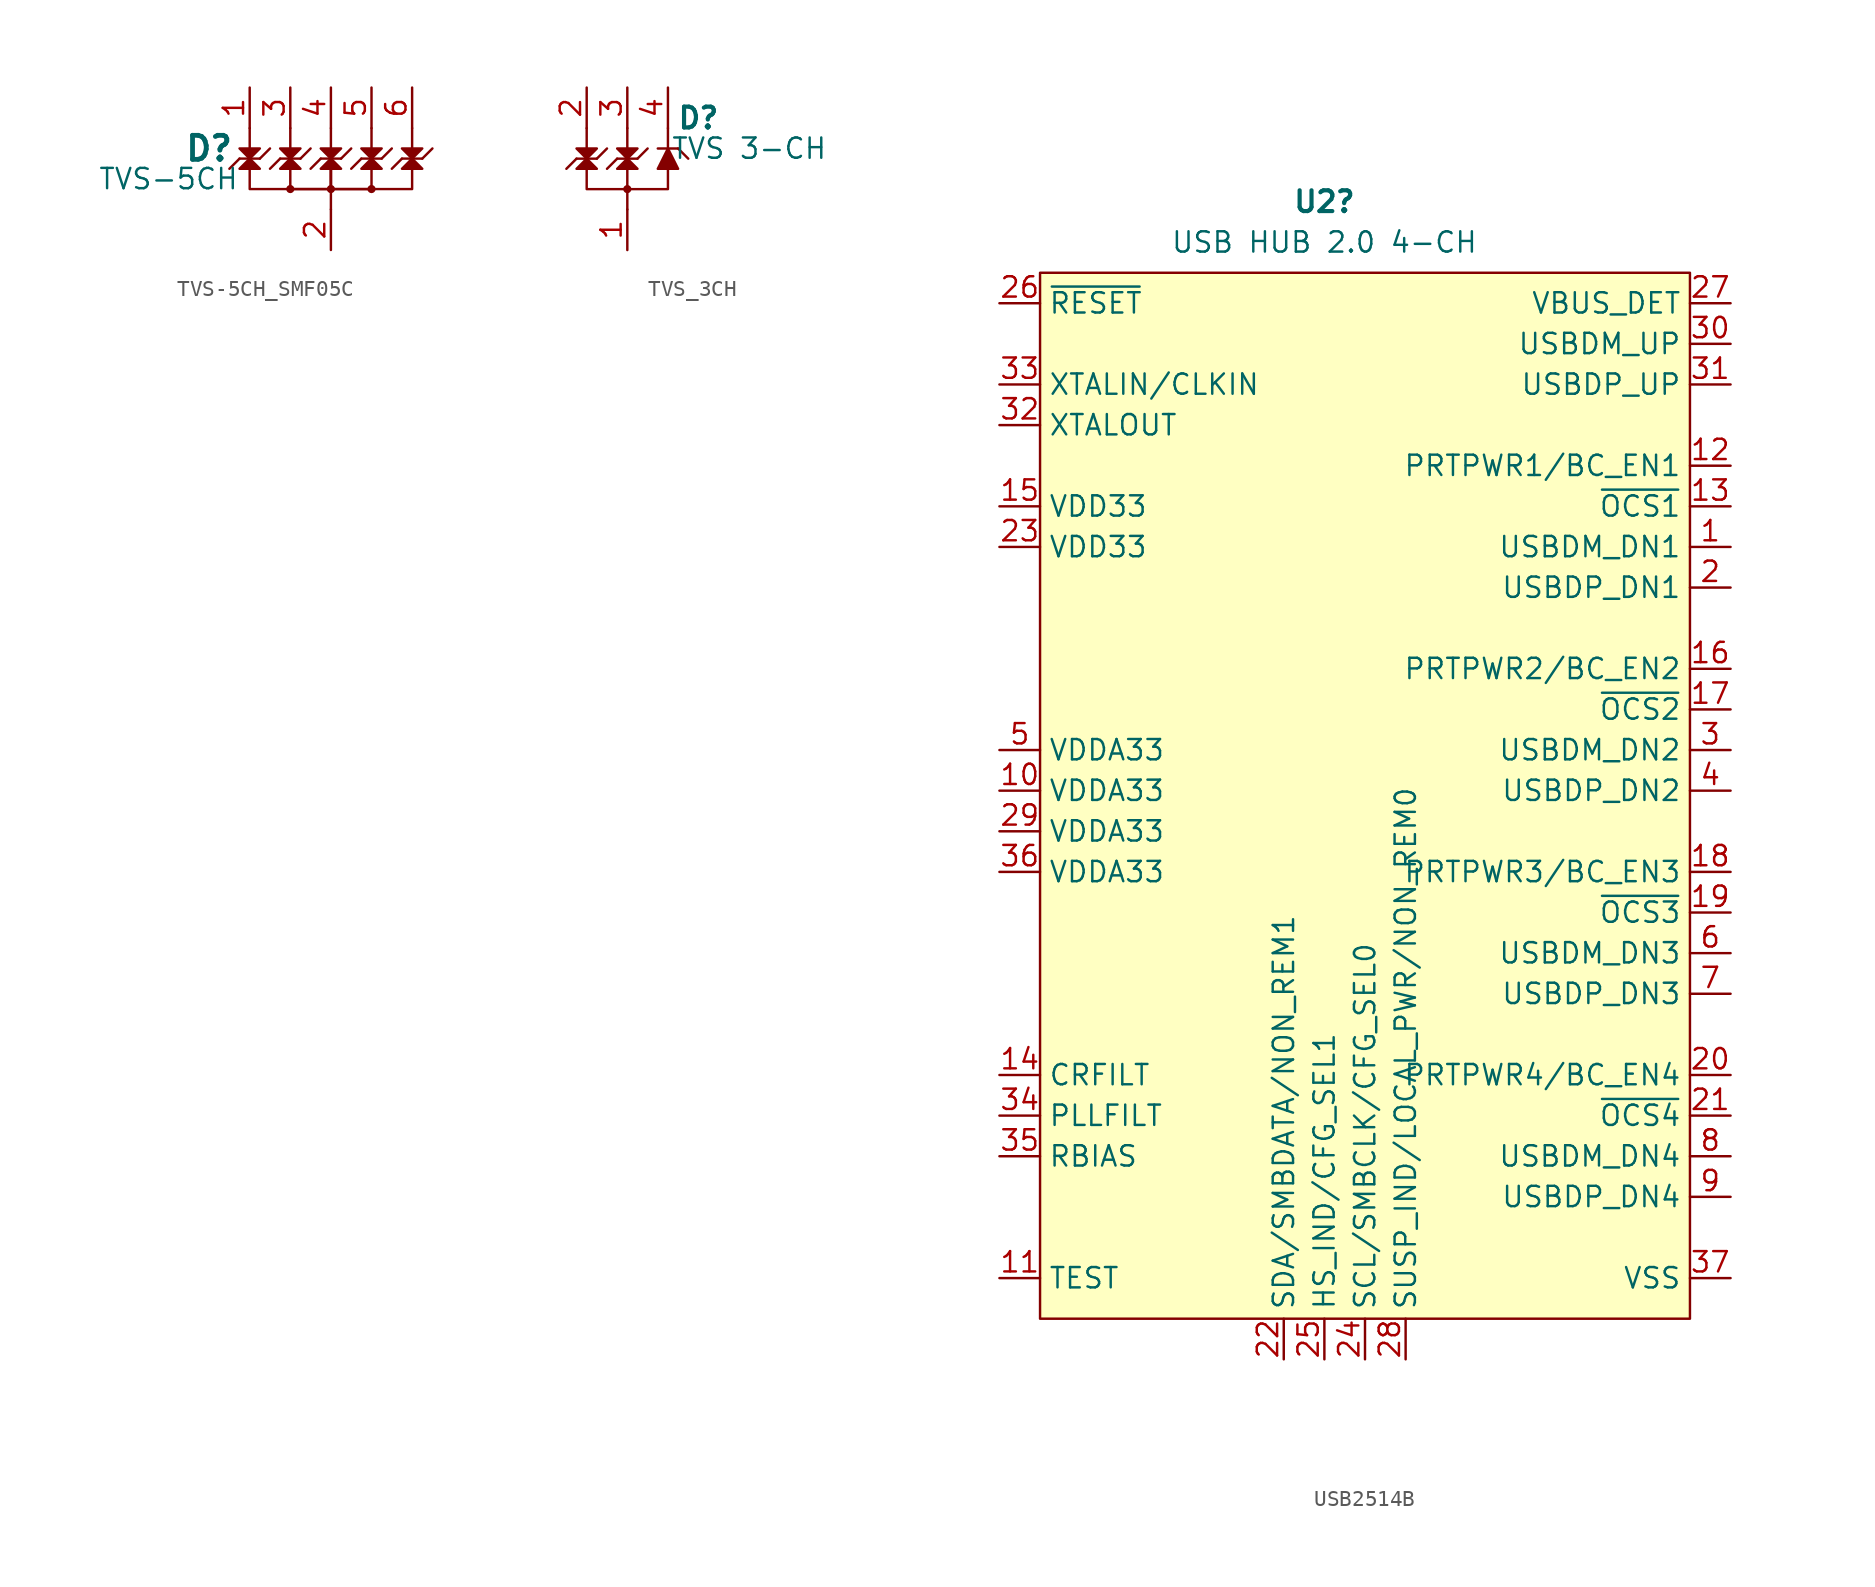
<source format=kicad_sym>
(kicad_symbol_lib
  (version 20231120)
  (generator "kicad_symbol_editor")
  (generator_version "8.0")
  (symbol "TVS-5CH_SMF05C"
    (pin_names hide)
    (property "Reference" "D"
      (at 0 0 0)
      (effects (font (size 1.5 1.5) (bold yes))))
    (property "Value" "TVS-5CH"
      (at -2.54 -1.905 0)
      (effects (font (size 1.27 1.27))))
    (symbol "TVS-5CH_SMF05C_0_1"
      (polyline (pts (xy 1.905 -0.635) (xy 1.27 -1.27)) (stroke (width 0) (type default)) (fill (type none)))
      (polyline (pts (xy 1.905 -0.635) (xy 3.175 -0.635)) (stroke (width 0) (type default)) (fill (type none)))
      (polyline (pts (xy 2.54 1.27) (xy 2.54 0)) (stroke (width 0) (type default)) (fill (type none)))
      (polyline (pts (xy 3.175 -0.635) (xy 3.81 0)) (stroke (width 0) (type default)) (fill (type none)))
      (polyline (pts (xy 4.445 -0.635) (xy 3.81 -1.27)) (stroke (width 0) (type default)) (fill (type none)))
      (polyline (pts (xy 4.445 -0.635) (xy 5.715 -0.635)) (stroke (width 0) (type default)) (fill (type none)))
      (polyline (pts (xy 5.08 1.27) (xy 5.08 0)) (stroke (width 0) (type default)) (fill (type none)))
      (polyline (pts (xy 5.715 -0.635) (xy 6.35 0)) (stroke (width 0) (type default)) (fill (type none)))
      (polyline (pts (xy 6.985 -0.635) (xy 6.35 -1.27)) (stroke (width 0) (type default)) (fill (type none)))
      (polyline (pts (xy 6.985 -0.635) (xy 8.255 -0.635)) (stroke (width 0) (type default)) (fill (type none)))
      (polyline (pts (xy 7.62 -1.27) (xy 7.62 -3.81)) (stroke (width 0) (type default)) (fill (type none)))
      (polyline (pts (xy 7.62 1.27) (xy 7.62 0)) (stroke (width 0) (type default)) (fill (type none)))
      (polyline (pts (xy 8.255 -0.635) (xy 8.89 0)) (stroke (width 0) (type default)) (fill (type none)))
      (polyline (pts (xy 9.525 -0.635) (xy 8.89 -1.27)) (stroke (width 0) (type default)) (fill (type none)))
      (polyline (pts (xy 9.525 -0.635) (xy 10.795 -0.635)) (stroke (width 0) (type default)) (fill (type none)))
      (polyline (pts (xy 10.16 0) (xy 10.16 1.27)) (stroke (width 0) (type default)) (fill (type none)))
      (polyline (pts (xy 10.795 -0.635) (xy 11.43 0)) (stroke (width 0) (type default)) (fill (type none)))
      (polyline (pts (xy 12.065 -0.635) (xy 11.43 -1.27)) (stroke (width 0) (type default)) (fill (type none)))
      (polyline (pts (xy 12.065 -0.635) (xy 13.335 -0.635)) (stroke (width 0) (type default)) (fill (type none)))
      (polyline (pts (xy 12.7 0) (xy 12.7 1.27)) (stroke (width 0) (type default)) (fill (type none)))
      (polyline (pts (xy 13.335 -0.635) (xy 13.97 0)) (stroke (width 0) (type default)) (fill (type none)))
      (polyline (pts (xy 7.62 -1.27) (xy 7.62 -2.54) (xy 5.08 -2.54) (xy 2.54 -2.54) (xy 2.54 -1.27)) (stroke (width 0) (type default)) (fill (type none)))
      (polyline (pts (xy 10.16 -1.27) (xy 10.16 -2.54) (xy 7.62 -2.54) (xy 5.08 -2.54) (xy 5.08 -1.27)) (stroke (width 0) (type default)) (fill (type none)))
      (polyline (pts (xy 12.7 -1.27) (xy 12.7 -2.54) (xy 10.16 -2.54) (xy 7.62 -2.54) (xy 7.62 -1.27)) (stroke (width 0) (type default)) (fill (type none))))
    (symbol "TVS-5CH_SMF05C_1_1"
      (polyline (pts (xy 2.54 -0.635) (xy 1.905 -1.27) (xy 3.175 -1.27) (xy 2.54 -0.635)) (stroke (width 0) (type default)) (fill (type outline)))
      (polyline (pts (xy 2.54 -0.635) (xy 1.905 0) (xy 3.175 0) (xy 2.54 -0.635)) (stroke (width 0) (type default)) (fill (type outline)))
      (polyline (pts (xy 5.08 -0.635) (xy 4.445 -1.27) (xy 5.715 -1.27) (xy 5.08 -0.635)) (stroke (width 0) (type default)) (fill (type outline)))
      (polyline (pts (xy 5.08 -0.635) (xy 4.445 0) (xy 5.715 0) (xy 5.08 -0.635)) (stroke (width 0) (type default)) (fill (type outline)))
      (polyline (pts (xy 7.62 -0.635) (xy 6.985 -1.27) (xy 8.255 -1.27) (xy 7.62 -0.635)) (stroke (width 0) (type default)) (fill (type outline)))
      (polyline (pts (xy 7.62 -0.635) (xy 6.985 0) (xy 8.255 0) (xy 7.62 -0.635)) (stroke (width 0) (type default)) (fill (type outline)))
      (polyline (pts (xy 10.16 -0.635) (xy 9.525 -1.27) (xy 10.795 -1.27) (xy 10.16 -0.635)) (stroke (width 0) (type default)) (fill (type outline)))
      (polyline (pts (xy 10.16 -0.635) (xy 9.525 0) (xy 10.795 0) (xy 10.16 -0.635)) (stroke (width 0) (type default)) (fill (type outline)))
      (polyline (pts (xy 12.7 -0.635) (xy 12.065 -1.27) (xy 13.335 -1.27) (xy 12.7 -0.635)) (stroke (width 0) (type default)) (fill (type outline)))
      (polyline (pts (xy 12.7 -0.635) (xy 12.065 0) (xy 13.335 0) (xy 12.7 -0.635)) (stroke (width 0) (type default)) (fill (type outline)))
      (circle (center 5.08 -2.54) (radius 0.18) (stroke (width 0) (type default)) (fill (type outline)))
      (circle (center 7.62 -2.54) (radius 0.18) (stroke (width 0) (type default)) (fill (type outline)))
      (circle (center 10.16 -2.54) (radius 0.18) (stroke (width 0) (type default)) (fill (type outline)))
      (pin passive line (at 2.54 3.81 270) (length 2.54) (name "CH1" (effects (font (size 1.27 1.27)))) (number "1" (effects (font (size 1.27 1.27)))))
      (pin passive line (at 7.62 -6.35 90) (length 2.54) (name "GND" (effects (font (size 1.27 1.27)))) (number "2" (effects (font (size 1.27 1.27)))))
      (pin passive line (at 5.08 3.81 270) (length 2.54) (name "CH2" (effects (font (size 1.27 1.27)))) (number "3" (effects (font (size 1.27 1.27)))))
      (pin passive line (at 7.62 3.81 270) (length 2.54) (name "CH3" (effects (font (size 1.27 1.27)))) (number "4" (effects (font (size 1.27 1.27)))))
      (pin passive line (at 10.16 3.81 270) (length 2.54) (name "CH4" (effects (font (size 1.27 1.27)))) (number "5" (effects (font (size 1.27 1.27)))))
      (pin passive line (at 12.7 3.81 270) (length 2.54) (name "CH5" (effects (font (size 1.27 1.27)))) (number "6" (effects (font (size 1.27 1.27)))))))
  (symbol "TVS_3CH"
    (pin_names hide)
    (property "Reference" "D"
      (at 6.985 -10.795 0)
      (effects (font (size 1.3 1.3) (bold yes))))
    (property "Value" "TVS 3-CH"
      (at 10.16 -12.7 0)
      (effects (font (size 1.27 1.27))))
    (symbol "TVS_3CH_0_1"
      (polyline (pts (xy -0.635 -13.335) (xy -1.27 -13.97)) (stroke (width 0) (type default)) (fill (type none)))
      (polyline (pts (xy -0.635 -13.335) (xy 0.635 -13.335)) (stroke (width 0) (type default)) (fill (type none)))
      (polyline (pts (xy 0 -11.43) (xy 0 -12.7)) (stroke (width 0) (type default)) (fill (type none)))
      (polyline (pts (xy 0.635 -13.335) (xy 1.27 -12.7)) (stroke (width 0) (type default)) (fill (type none)))
      (polyline (pts (xy 1.905 -13.335) (xy 1.27 -13.97)) (stroke (width 0) (type default)) (fill (type none)))
      (polyline (pts (xy 1.905 -13.335) (xy 3.175 -13.335)) (stroke (width 0) (type default)) (fill (type none)))
      (polyline (pts (xy 2.54 -13.97) (xy 2.54 -16.51)) (stroke (width 0) (type default)) (fill (type none)))
      (polyline (pts (xy 2.54 -12.7) (xy 2.54 -11.43)) (stroke (width 0) (type default)) (fill (type none)))
      (polyline (pts (xy 3.175 -13.335) (xy 3.81 -12.7)) (stroke (width 0) (type default)) (fill (type none)))
      (polyline (pts (xy 4.445 -12.7) (xy 5.715 -12.7)) (stroke (width 0) (type default)) (fill (type none)))
      (polyline (pts (xy 5.08 -12.7) (xy 5.08 -11.43)) (stroke (width 0) (type default)) (fill (type none)))
      (polyline (pts (xy 5.715 -12.7) (xy 6.35 -13.335)) (stroke (width 0) (type default)) (fill (type none)))
      (polyline (pts (xy 5.08 -13.97) (xy 5.08 -15.24) (xy 2.54 -15.24) (xy 0 -15.24) (xy 0 -13.97)) (stroke (width 0) (type default)) (fill (type none))))
    (symbol "TVS_3CH_1_1"
      (polyline (pts (xy 0 -13.335) (xy -0.635 -13.97) (xy 0.635 -13.97) (xy 0 -13.335)) (stroke (width 0) (type default)) (fill (type outline)))
      (polyline (pts (xy 0 -13.335) (xy -0.635 -12.7) (xy 0.635 -12.7) (xy 0 -13.335)) (stroke (width 0) (type default)) (fill (type outline)))
      (polyline (pts (xy 2.54 -13.335) (xy 1.905 -13.97) (xy 3.175 -13.97) (xy 2.54 -13.335)) (stroke (width 0) (type default)) (fill (type outline)))
      (polyline (pts (xy 2.54 -13.335) (xy 1.905 -12.7) (xy 3.175 -12.7) (xy 2.54 -13.335)) (stroke (width 0) (type default)) (fill (type outline)))
      (polyline (pts (xy 5.08 -12.7) (xy 4.445 -13.97) (xy 5.715 -13.97) (xy 5.08 -12.7)) (stroke (width 0) (type default)) (fill (type outline)))
      (circle (center 2.54 -15.24) (radius 0.18) (stroke (width 0) (type default)) (fill (type outline)))
      (pin passive line (at 2.54 -19.05 90) (length 2.54) (name "GND" (effects (font (size 1.27 1.27)))) (number "1" (effects (font (size 1.27 1.27)))))
      (pin passive line (at 0 -8.89 270) (length 2.54) (name "CH1" (effects (font (size 1.27 1.27)))) (number "2" (effects (font (size 1.27 1.27)))))
      (pin passive line (at 2.54 -8.89 270) (length 2.54) (name "CH2" (effects (font (size 1.27 1.27)))) (number "3" (effects (font (size 1.27 1.27)))))
      (pin passive line (at 5.08 -8.89 270) (length 2.54) (name "CH3" (effects (font (size 1.27 1.27)))) (number "4" (effects (font (size 1.27 1.27)))))))
  (symbol "USB2514B"
    (property "Reference" "U2"
      (at 17.78 -1.27 0)
      (effects (font (size 1.3 1.3) (bold yes))))
    (property "Value" "USB HUB 2.0 4-CH"
      (at 17.78 -3.81 0)
      (effects (font (size 1.27 1.27))))
    (symbol "USB2514B_1_1"
      (rectangle (start 0 -5.715) (end 40.64 -71.12) (stroke (width 0) (type default)) (fill (type background)))
      (pin bidirectional line (at 43.18 -22.86 180) (length 2.54) (name "USBDM_DN1" (effects (font (size 1.27 1.27)))) (number "1" (effects (font (size 1.27 1.27)))))
      (pin power_in line (at -2.54 -38.1 0) (length 2.54) (name "VDDA33" (effects (font (size 1.27 1.27)))) (number "10" (effects (font (size 1.27 1.27)))))
      (pin passive line (at -2.54 -68.58 0) (length 2.54) (name "TEST" (effects (font (size 1.27 1.27)))) (number "11" (effects (font (size 1.27 1.27)))))
      (pin output line (at 43.18 -17.78 180) (length 2.54) (name "PRTPWR1/BC_EN1" (effects (font (size 1.27 1.27)))) (number "12" (effects (font (size 1.27 1.27)))))
      (pin input line (at 43.18 -20.32 180) (length 2.54) (name "~{OCS1}" (effects (font (size 1.27 1.27)))) (number "13" (effects (font (size 1.27 1.27)))))
      (pin passive line (at -2.54 -55.88 0) (length 2.54) (name "CRFILT" (effects (font (size 1.27 1.27)))) (number "14" (effects (font (size 1.27 1.27)))))
      (pin power_in line (at -2.54 -20.32 0) (length 2.54) (name "VDD33" (effects (font (size 1.27 1.27)))) (number "15" (effects (font (size 1.27 1.27)))))
      (pin output line (at 43.18 -30.48 180) (length 2.54) (name "PRTPWR2/BC_EN2" (effects (font (size 1.27 1.27)))) (number "16" (effects (font (size 1.27 1.27)))))
      (pin input line (at 43.18 -33.02 180) (length 2.54) (name "~{OCS2}" (effects (font (size 1.27 1.27)))) (number "17" (effects (font (size 1.27 1.27)))))
      (pin output line (at 43.18 -43.18 180) (length 2.54) (name "PRTPWR3/BC_EN3" (effects (font (size 1.27 1.27)))) (number "18" (effects (font (size 1.27 1.27)))))
      (pin input line (at 43.18 -45.72 180) (length 2.54) (name "~{OCS3}" (effects (font (size 1.27 1.27)))) (number "19" (effects (font (size 1.27 1.27)))))
      (pin bidirectional line (at 43.18 -25.4 180) (length 2.54) (name "USBDP_DN1" (effects (font (size 1.27 1.27)))) (number "2" (effects (font (size 1.27 1.27)))))
      (pin output line (at 43.18 -55.88 180) (length 2.54) (name "PRTPWR4/BC_EN4" (effects (font (size 1.27 1.27)))) (number "20" (effects (font (size 1.27 1.27)))))
      (pin input line (at 43.18 -58.42 180) (length 2.54) (name "~{OCS4}" (effects (font (size 1.27 1.27)))) (number "21" (effects (font (size 1.27 1.27)))))
      (pin bidirectional line (at 15.24 -73.66 90) (length 2.54) (name "SDA/SMBDATA/NON_REM1" (effects (font (size 1.27 1.27)))) (number "22" (effects (font (size 1.27 1.27)))))
      (pin power_in line (at -2.54 -22.86 0) (length 2.54) (name "VDD33" (effects (font (size 1.27 1.27)))) (number "23" (effects (font (size 1.27 1.27)))))
      (pin bidirectional line (at 20.32 -73.66 90) (length 2.54) (name "SCL/SMBCLK/CFG_SEL0" (effects (font (size 1.27 1.27)))) (number "24" (effects (font (size 1.27 1.27)))))
      (pin bidirectional line (at 17.78 -73.66 90) (length 2.54) (name "HS_IND/CFG_SEL1" (effects (font (size 1.27 1.27)))) (number "25" (effects (font (size 1.27 1.27)))))
      (pin input line (at -2.54 -7.62 0) (length 2.54) (name "~{RESET}" (effects (font (size 1.27 1.27)))) (number "26" (effects (font (size 1.27 1.27)))))
      (pin input line (at 43.18 -7.62 180) (length 2.54) (name "VBUS_DET" (effects (font (size 1.27 1.27)))) (number "27" (effects (font (size 1.27 1.27)))))
      (pin bidirectional line (at 22.86 -73.66 90) (length 2.54) (name "SUSP_IND/LOCAL_PWR/NON_REM0" (effects (font (size 1.27 1.27)))) (number "28" (effects (font (size 1.27 1.27)))))
      (pin power_in line (at -2.54 -40.64 0) (length 2.54) (name "VDDA33" (effects (font (size 1.27 1.27)))) (number "29" (effects (font (size 1.27 1.27)))))
      (pin bidirectional line (at 43.18 -35.56 180) (length 2.54) (name "USBDM_DN2" (effects (font (size 1.27 1.27)))) (number "3" (effects (font (size 1.27 1.27)))))
      (pin bidirectional line (at 43.18 -10.16 180) (length 2.54) (name "USBDM_UP" (effects (font (size 1.27 1.27)))) (number "30" (effects (font (size 1.27 1.27)))))
      (pin bidirectional line (at 43.18 -12.7 180) (length 2.54) (name "USBDP_UP" (effects (font (size 1.27 1.27)))) (number "31" (effects (font (size 1.27 1.27)))))
      (pin output line (at -2.54 -15.24 0) (length 2.54) (name "XTALOUT" (effects (font (size 1.27 1.27)))) (number "32" (effects (font (size 1.27 1.27)))))
      (pin input line (at -2.54 -12.7 0) (length 2.54) (name "XTALIN/CLKIN" (effects (font (size 1.27 1.27)))) (number "33" (effects (font (size 1.27 1.27)))))
      (pin passive line (at -2.54 -58.42 0) (length 2.54) (name "PLLFILT" (effects (font (size 1.27 1.27)))) (number "34" (effects (font (size 1.27 1.27)))))
      (pin passive line (at -2.54 -60.96 0) (length 2.54) (name "RBIAS" (effects (font (size 1.27 1.27)))) (number "35" (effects (font (size 1.27 1.27)))))
      (pin power_in line (at -2.54 -43.18 0) (length 2.54) (name "VDDA33" (effects (font (size 1.27 1.27)))) (number "36" (effects (font (size 1.27 1.27)))))
      (pin passive line (at 43.18 -68.58 180) (length 2.54) (name "VSS" (effects (font (size 1.27 1.27)))) (number "37" (effects (font (size 1.27 1.27)))))
      (pin bidirectional line (at 43.18 -38.1 180) (length 2.54) (name "USBDP_DN2" (effects (font (size 1.27 1.27)))) (number "4" (effects (font (size 1.27 1.27)))))
      (pin power_in line (at -2.54 -35.56 0) (length 2.54) (name "VDDA33" (effects (font (size 1.27 1.27)))) (number "5" (effects (font (size 1.27 1.27)))))
      (pin bidirectional line (at 43.18 -48.26 180) (length 2.54) (name "USBDM_DN3" (effects (font (size 1.27 1.27)))) (number "6" (effects (font (size 1.27 1.27)))))
      (pin bidirectional line (at 43.18 -50.8 180) (length 2.54) (name "USBDP_DN3" (effects (font (size 1.27 1.27)))) (number "7" (effects (font (size 1.27 1.27)))))
      (pin bidirectional line (at 43.18 -60.96 180) (length 2.54) (name "USBDM_DN4" (effects (font (size 1.27 1.27)))) (number "8" (effects (font (size 1.27 1.27)))))
      (pin bidirectional line (at 43.18 -63.5 180) (length 2.54) (name "USBDP_DN4" (effects (font (size 1.27 1.27)))) (number "9" (effects (font (size 1.27 1.27))))))))
</source>
